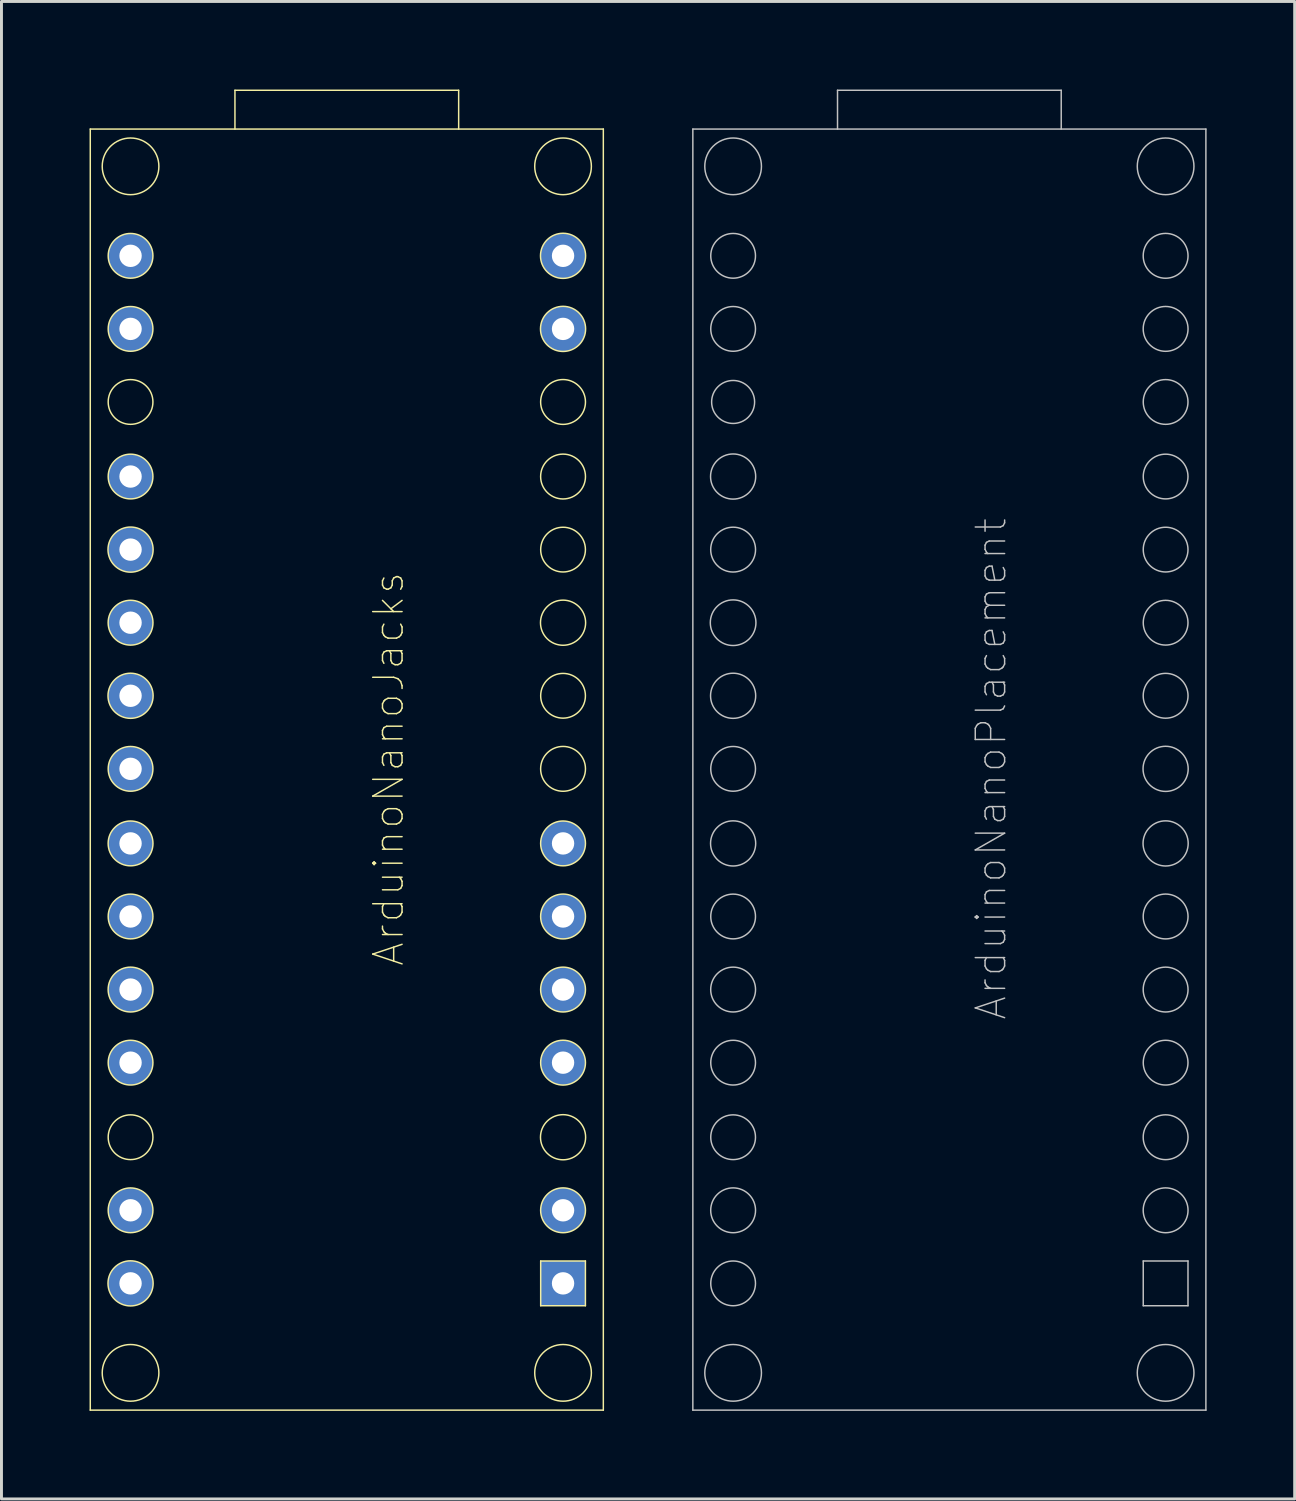
<source format=kicad_pcb>
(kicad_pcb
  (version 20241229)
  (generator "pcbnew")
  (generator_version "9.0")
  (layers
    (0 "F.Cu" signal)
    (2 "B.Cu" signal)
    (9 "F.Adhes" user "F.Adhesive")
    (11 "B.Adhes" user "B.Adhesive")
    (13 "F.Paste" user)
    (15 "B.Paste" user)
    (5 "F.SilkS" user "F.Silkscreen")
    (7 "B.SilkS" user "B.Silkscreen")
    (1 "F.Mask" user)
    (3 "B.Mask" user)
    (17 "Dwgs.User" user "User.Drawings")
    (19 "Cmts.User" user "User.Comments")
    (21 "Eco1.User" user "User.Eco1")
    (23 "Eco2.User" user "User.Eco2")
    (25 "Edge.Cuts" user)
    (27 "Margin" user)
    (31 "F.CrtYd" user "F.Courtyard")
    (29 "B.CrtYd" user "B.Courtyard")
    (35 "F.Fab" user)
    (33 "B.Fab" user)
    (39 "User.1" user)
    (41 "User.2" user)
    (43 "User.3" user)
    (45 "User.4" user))
  (footprint "ArduinoNanoPlacement"
    (layer "F.Cu")
    (at 29.288 23.139)
    (property "Reference" "ArduinoNanoPlacement" (at 1.422 0 90) (layer "Dwgs.User") (effects (font (size 1 1) (thickness 0.05))))
    (attr through_hole)
    (fp_line (start -8.738 -21.793) (end 8.738 -21.793) (stroke (width 0.05) (type solid)) (layer "Dwgs.User"))
    (fp_line (start -8.738 21.844) (end -8.738 -21.793) (stroke (width 0.05) (type solid)) (layer "Dwgs.User"))
    (fp_line (start -8.738 21.844) (end 8.738 21.844) (stroke (width 0.05) (type solid)) (layer "Dwgs.User"))
    (fp_line (start -3.81 -23.114) (end 3.81 -23.114) (stroke (width 0.05) (type solid)) (layer "Dwgs.User"))
    (fp_line (start -3.81 -21.793) (end -3.81 -23.114) (stroke (width 0.05) (type solid)) (layer "Dwgs.User"))
    (fp_line (start 3.81 -21.793) (end 3.81 -23.114) (stroke (width 0.05) (type solid)) (layer "Dwgs.User"))
    (fp_line (start 6.604 16.764) (end 8.128 16.764) (stroke (width 0.05) (type solid)) (layer "Dwgs.User"))
    (fp_line (start 6.604 18.288) (end 6.604 16.764) (stroke (width 0.05) (type solid)) (layer "Dwgs.User"))
    (fp_line (start 8.128 16.764) (end 8.128 18.288) (stroke (width 0.05) (type solid)) (layer "Dwgs.User"))
    (fp_line (start 8.128 18.288) (end 6.604 18.288) (stroke (width 0.05) (type solid)) (layer "Dwgs.User"))
    (fp_line (start 8.738 21.844) (end 8.738 -21.793) (stroke (width 0.05) (type solid)) (layer "Dwgs.User"))
    (fp_circle (center -7.366 -20.523) (end -7.366 -21.488) (stroke (width 0.05) (type solid)) (fill no) (layer "Dwgs.User"))
    (fp_circle (center -7.366 -17.475) (end -7.366 -18.237) (stroke (width 0.05) (type solid)) (fill no) (layer "Dwgs.User"))
    (fp_circle (center -7.366 -14.986) (end -7.366 -15.748) (stroke (width 0.05) (type solid)) (fill no) (layer "Dwgs.User"))
    (fp_circle (center -7.366 -12.497) (end -7.772 -13.106) (stroke (width 0.05) (type solid)) (fill no) (layer "Dwgs.User"))
    (fp_circle (center -7.366 -9.957) (end -8.128 -10.058) (stroke (width 0.05) (type solid)) (fill no) (layer "Dwgs.User"))
    (fp_circle (center -7.366 -7.468) (end -8.128 -7.518) (stroke (width 0.05) (type solid)) (fill no) (layer "Dwgs.User"))
    (fp_circle (center -7.366 -4.978) (end -8.128 -5.131) (stroke (width 0.05) (type solid)) (fill no) (layer "Dwgs.User"))
    (fp_circle (center -7.366 -2.489) (end -8.128 -2.591) (stroke (width 0.05) (type solid)) (fill no) (layer "Dwgs.User"))
    (fp_circle (center -7.366 0) (end -8.128 0) (stroke (width 0.05) (type solid)) (fill no) (layer "Dwgs.User"))
    (fp_circle (center -7.366 2.54) (end -8.128 2.438) (stroke (width 0.05) (type solid)) (fill no) (layer "Dwgs.User"))
    (fp_circle (center -7.366 5.029) (end -8.128 5.029) (stroke (width 0.05) (type solid)) (fill no) (layer "Dwgs.User"))
    (fp_circle (center -7.366 7.518) (end -8.128 7.569) (stroke (width 0.05) (type solid)) (fill no) (layer "Dwgs.User"))
    (fp_circle (center -7.366 10.008) (end -8.128 10.008) (stroke (width 0.05) (type solid)) (fill no) (layer "Dwgs.User"))
    (fp_circle (center -7.366 12.548) (end -8.128 12.548) (stroke (width 0.05) (type solid)) (fill no) (layer "Dwgs.User"))
    (fp_circle (center -7.366 15.037) (end -8.128 14.986) (stroke (width 0.05) (type solid)) (fill no) (layer "Dwgs.User"))
    (fp_circle (center -7.366 17.526) (end -8.128 17.526) (stroke (width 0.05) (type solid)) (fill no) (layer "Dwgs.User"))
    (fp_circle (center -7.366 20.574) (end -7.366 21.539) (stroke (width 0.05) (type solid)) (fill no) (layer "Dwgs.User"))
    (fp_circle (center 7.366 -20.523) (end 7.366 -21.488) (stroke (width 0.05) (type solid)) (fill no) (layer "Dwgs.User"))
    (fp_circle (center 7.366 -17.475) (end 8.128 -17.424) (stroke (width 0.05) (type solid)) (fill no) (layer "Dwgs.User"))
    (fp_circle (center 7.366 -14.986) (end 6.604 -15.037) (stroke (width 0.05) (type solid)) (fill no) (layer "Dwgs.User"))
    (fp_circle (center 7.366 -12.497) (end 6.604 -12.497) (stroke (width 0.05) (type solid)) (fill no) (layer "Dwgs.User"))
    (fp_circle (center 7.366 -9.957) (end 6.604 -9.957) (stroke (width 0.05) (type solid)) (fill no) (layer "Dwgs.User"))
    (fp_circle (center 7.366 -7.468) (end 6.604 -7.468) (stroke (width 0.05) (type solid)) (fill no) (layer "Dwgs.User"))
    (fp_circle (center 7.366 -4.978) (end 6.604 -4.978) (stroke (width 0.05) (type solid)) (fill no) (layer "Dwgs.User"))
    (fp_circle (center 7.366 -2.489) (end 6.604 -2.438) (stroke (width 0.05) (type solid)) (fill no) (layer "Dwgs.User"))
    (fp_circle (center 7.366 0) (end 6.604 0.102) (stroke (width 0.05) (type solid)) (fill no) (layer "Dwgs.User"))
    (fp_circle (center 7.366 2.54) (end 6.604 2.642) (stroke (width 0.05) (type solid)) (fill no) (layer "Dwgs.User"))
    (fp_circle (center 7.366 5.029) (end 6.604 5.08) (stroke (width 0.05) (type solid)) (fill no) (layer "Dwgs.User"))
    (fp_circle (center 7.366 7.518) (end 6.604 7.569) (stroke (width 0.05) (type solid)) (fill no) (layer "Dwgs.User"))
    (fp_circle (center 7.366 10.008) (end 6.604 10.008) (stroke (width 0.05) (type solid)) (fill no) (layer "Dwgs.User"))
    (fp_circle (center 7.366 12.548) (end 6.604 12.598) (stroke (width 0.05) (type solid)) (fill no) (layer "Dwgs.User"))
    (fp_circle (center 7.366 15.037) (end 6.604 14.986) (stroke (width 0.05) (type solid)) (fill no) (layer "Dwgs.User"))
    (fp_circle (center 7.366 20.574) (end 7.366 21.539) (stroke (width 0.05) (type solid)) (fill no) (layer "Dwgs.User")))
  (footprint "ArduinoNanoJacks"
    (layer "F.Cu")
    (at 8.763 23.139)
    (property "Reference" "ArduinoNanoJacks" (at 1.422 0 90) (layer "F.SilkS") (effects (font (size 1 1) (thickness 0.05))))
    (attr through_hole)
    (fp_line (start -8.738 -21.793) (end 8.738 -21.793) (stroke (width 0.05) (type solid)) (layer "F.SilkS"))
    (fp_line (start -8.738 21.844) (end -8.738 -21.793) (stroke (width 0.05) (type solid)) (layer "F.SilkS"))
    (fp_line (start -8.738 21.844) (end 8.738 21.844) (stroke (width 0.05) (type solid)) (layer "F.SilkS"))
    (fp_line (start -3.81 -23.114) (end 3.81 -23.114) (stroke (width 0.05) (type solid)) (layer "F.SilkS"))
    (fp_line (start -3.81 -21.793) (end -3.81 -23.114) (stroke (width 0.05) (type solid)) (layer "F.SilkS"))
    (fp_line (start 3.81 -21.793) (end 3.81 -23.114) (stroke (width 0.05) (type solid)) (layer "F.SilkS"))
    (fp_line (start 6.604 16.764) (end 8.128 16.764) (stroke (width 0.05) (type solid)) (layer "F.SilkS"))
    (fp_line (start 6.604 18.288) (end 6.604 16.764) (stroke (width 0.05) (type solid)) (layer "F.SilkS"))
    (fp_line (start 8.128 16.764) (end 8.128 18.288) (stroke (width 0.05) (type solid)) (layer "F.SilkS"))
    (fp_line (start 8.128 18.288) (end 6.604 18.288) (stroke (width 0.05) (type solid)) (layer "F.SilkS"))
    (fp_line (start 8.738 21.844) (end 8.738 -21.793) (stroke (width 0.05) (type solid)) (layer "F.SilkS"))
    (fp_circle (center -7.366 -20.523) (end -7.366 -21.488) (stroke (width 0.05) (type solid)) (fill no) (layer "F.SilkS"))
    (fp_circle (center -7.366 -17.475) (end -8.128 -17.475) (stroke (width 0.05) (type solid)) (fill no) (layer "F.SilkS"))
    (fp_circle (center -7.366 -14.986) (end -8.128 -14.986) (stroke (width 0.05) (type solid)) (fill no) (layer "F.SilkS"))
    (fp_circle (center -7.366 -12.497) (end -8.128 -12.497) (stroke (width 0.05) (type solid)) (fill no) (layer "F.SilkS"))
    (fp_circle (center -7.366 -9.957) (end -8.128 -9.957) (stroke (width 0.05) (type solid)) (fill no) (layer "F.SilkS"))
    (fp_circle (center -7.366 -7.468) (end -8.128 -7.569) (stroke (width 0.05) (type solid)) (fill no) (layer "F.SilkS"))
    (fp_circle (center -7.366 -4.978) (end -8.128 -4.928) (stroke (width 0.05) (type solid)) (fill no) (layer "F.SilkS"))
    (fp_circle (center -7.366 -2.489) (end -8.128 -2.388) (stroke (width 0.05) (type solid)) (fill no) (layer "F.SilkS"))
    (fp_circle (center -7.366 0) (end -8.128 0) (stroke (width 0.05) (type solid)) (fill no) (layer "F.SilkS"))
    (fp_circle (center -7.366 2.54) (end -8.128 2.591) (stroke (width 0.05) (type solid)) (fill no) (layer "F.SilkS"))
    (fp_circle (center -7.366 5.029) (end -8.128 5.029) (stroke (width 0.05) (type solid)) (fill no) (layer "F.SilkS"))
    (fp_circle (center -7.366 7.518) (end -8.128 7.569) (stroke (width 0.05) (type solid)) (fill no) (layer "F.SilkS"))
    (fp_circle (center -7.366 10.008) (end -8.128 10.008) (stroke (width 0.05) (type solid)) (fill no) (layer "F.SilkS"))
    (fp_circle (center -7.366 12.548) (end -8.128 12.548) (stroke (width 0.05) (type solid)) (fill no) (layer "F.SilkS"))
    (fp_circle (center -7.366 15.037) (end -8.128 15.037) (stroke (width 0.05) (type solid)) (fill no) (layer "F.SilkS"))
    (fp_circle (center -7.366 17.526) (end -8.128 17.424) (stroke (width 0.05) (type solid)) (fill no) (layer "F.SilkS"))
    (fp_circle (center -7.366 20.574) (end -7.366 21.539) (stroke (width 0.05) (type solid)) (fill no) (layer "F.SilkS"))
    (fp_circle (center 7.366 -20.523) (end 7.366 -21.488) (stroke (width 0.05) (type solid)) (fill no) (layer "F.SilkS"))
    (fp_circle (center 7.366 -17.475) (end 8.128 -17.374) (stroke (width 0.05) (type solid)) (fill no) (layer "F.SilkS"))
    (fp_circle (center 7.366 -14.986) (end 8.128 -14.884) (stroke (width 0.05) (type solid)) (fill no) (layer "F.SilkS"))
    (fp_circle (center 7.366 -12.497) (end 8.128 -12.446) (stroke (width 0.05) (type solid)) (fill no) (layer "F.SilkS"))
    (fp_circle (center 7.366 -9.957) (end 8.128 -9.906) (stroke (width 0.05) (type solid)) (fill no) (layer "F.SilkS"))
    (fp_circle (center 7.366 -7.468) (end 8.128 -7.468) (stroke (width 0.05) (type solid)) (fill no) (layer "F.SilkS"))
    (fp_circle (center 7.366 -4.978) (end 8.128 -4.877) (stroke (width 0.05) (type solid)) (fill no) (layer "F.SilkS"))
    (fp_circle (center 7.366 -2.489) (end 8.128 -2.489) (stroke (width 0.05) (type solid)) (fill no) (layer "F.SilkS"))
    (fp_circle (center 7.366 0) (end 8.128 -0.051) (stroke (width 0.05) (type solid)) (fill no) (layer "F.SilkS"))
    (fp_circle (center 7.366 2.54) (end 8.128 2.489) (stroke (width 0.05) (type solid)) (fill no) (layer "F.SilkS"))
    (fp_circle (center 7.366 5.029) (end 8.128 5.08) (stroke (width 0.05) (type solid)) (fill no) (layer "F.SilkS"))
    (fp_circle (center 7.366 7.518) (end 8.128 7.569) (stroke (width 0.05) (type solid)) (fill no) (layer "F.SilkS"))
    (fp_circle (center 7.366 10.008) (end 8.128 10.058) (stroke (width 0.05) (type solid)) (fill no) (layer "F.SilkS"))
    (fp_circle (center 7.366 12.548) (end 8.128 12.649) (stroke (width 0.05) (type solid)) (fill no) (layer "F.SilkS"))
    (fp_circle (center 7.366 15.037) (end 8.128 15.088) (stroke (width 0.05) (type solid)) (fill no) (layer "F.SilkS"))
    (fp_circle (center 7.366 20.574) (end 7.366 21.539) (stroke (width 0.05) (type solid)) (fill no) (layer "F.SilkS"))
    (pad "3V3" thru_hole circle (at -7.366 -14.986) (size 1.524 1.524) (drill 0.762) (layers "*.Cu" "*.Mask"))
    (pad "5V" thru_hole circle (at -7.366 10.008) (size 1.524 1.524) (drill 0.762) (layers "*.Cu" "*.Mask"))
    (pad "A0" thru_hole circle (at -7.366 -9.957) (size 1.524 1.524) (drill 0.762) (layers "*.Cu" "*.Mask"))
    (pad "A1" thru_hole circle (at -7.366 -7.468) (size 1.524 1.524) (drill 0.762) (layers "*.Cu" "*.Mask"))
    (pad "A2" thru_hole circle (at -7.366 -4.978) (size 1.524 1.524) (drill 0.762) (layers "*.Cu" "*.Mask"))
    (pad "A3" thru_hole circle (at -7.366 -2.489) (size 1.524 1.524) (drill 0.762) (layers "*.Cu" "*.Mask"))
    (pad "A4" thru_hole circle (at -7.366 0) (size 1.524 1.524) (drill 0.762) (layers "*.Cu" "*.Mask"))
    (pad "A5" thru_hole circle (at -7.366 2.54) (size 1.524 1.524) (drill 0.762) (layers "*.Cu" "*.Mask"))
    (pad "A6" thru_hole circle (at -7.366 5.029) (size 1.524 1.524) (drill 0.762) (layers "*.Cu" "*.Mask"))
    (pad "A7" thru_hole circle (at -7.366 7.518) (size 1.524 1.524) (drill 0.762) (layers "*.Cu" "*.Mask"))
    (pad "D2" thru_hole circle (at 7.366 7.518) (size 1.524 1.524) (drill 0.762) (layers "*.Cu" "*.Mask"))
    (pad "D3" thru_hole circle (at 7.366 5.029) (size 1.524 1.524) (drill 0.762) (layers "*.Cu" "*.Mask"))
    (pad "D4" thru_hole circle (at 7.366 2.54) (size 1.524 1.524) (drill 0.762) (layers "*.Cu" "*.Mask"))
    (pad "D11" thru_hole circle (at 7.366 -14.986) (size 1.524 1.524) (drill 0.762) (layers "*.Cu" "*.Mask"))
    (pad "D12" thru_hole circle (at 7.366 -17.475) (size 1.524 1.524) (drill 0.762) (layers "*.Cu" "*.Mask"))
    (pad "D13" thru_hole circle (at -7.366 -17.475) (size 1.524 1.524) (drill 0.762) (layers "*.Cu" "*.Mask"))
    (pad "GND" thru_hole circle (at -7.366 15.037) (size 1.524 1.524) (drill 0.762) (layers "*.Cu" "*.Mask"))
    (pad "GND" thru_hole circle (at 7.366 10.008) (size 1.524 1.524) (drill 0.762) (layers "*.Cu" "*.Mask"))
    (pad "RX0" thru_hole circle (at 7.366 15.037) (size 1.524 1.524) (drill 0.762) (layers "*.Cu" "*.Mask"))
    (pad "TX1" thru_hole rect (at 7.366 17.526) (size 1.524 1.524) (drill 0.762) (layers "*.Cu" "*.Mask"))
    (pad "VIN" thru_hole circle (at -7.366 17.526) (size 1.524 1.524) (drill 0.762) (layers "*.Cu" "*.Mask")))
  (gr_rect
    (start -3 -3)
    (end 41.05 48.008)
    (stroke (width 0.1) (type default))
    (fill no)
    (layer "Edge.Cuts")))
</source>
